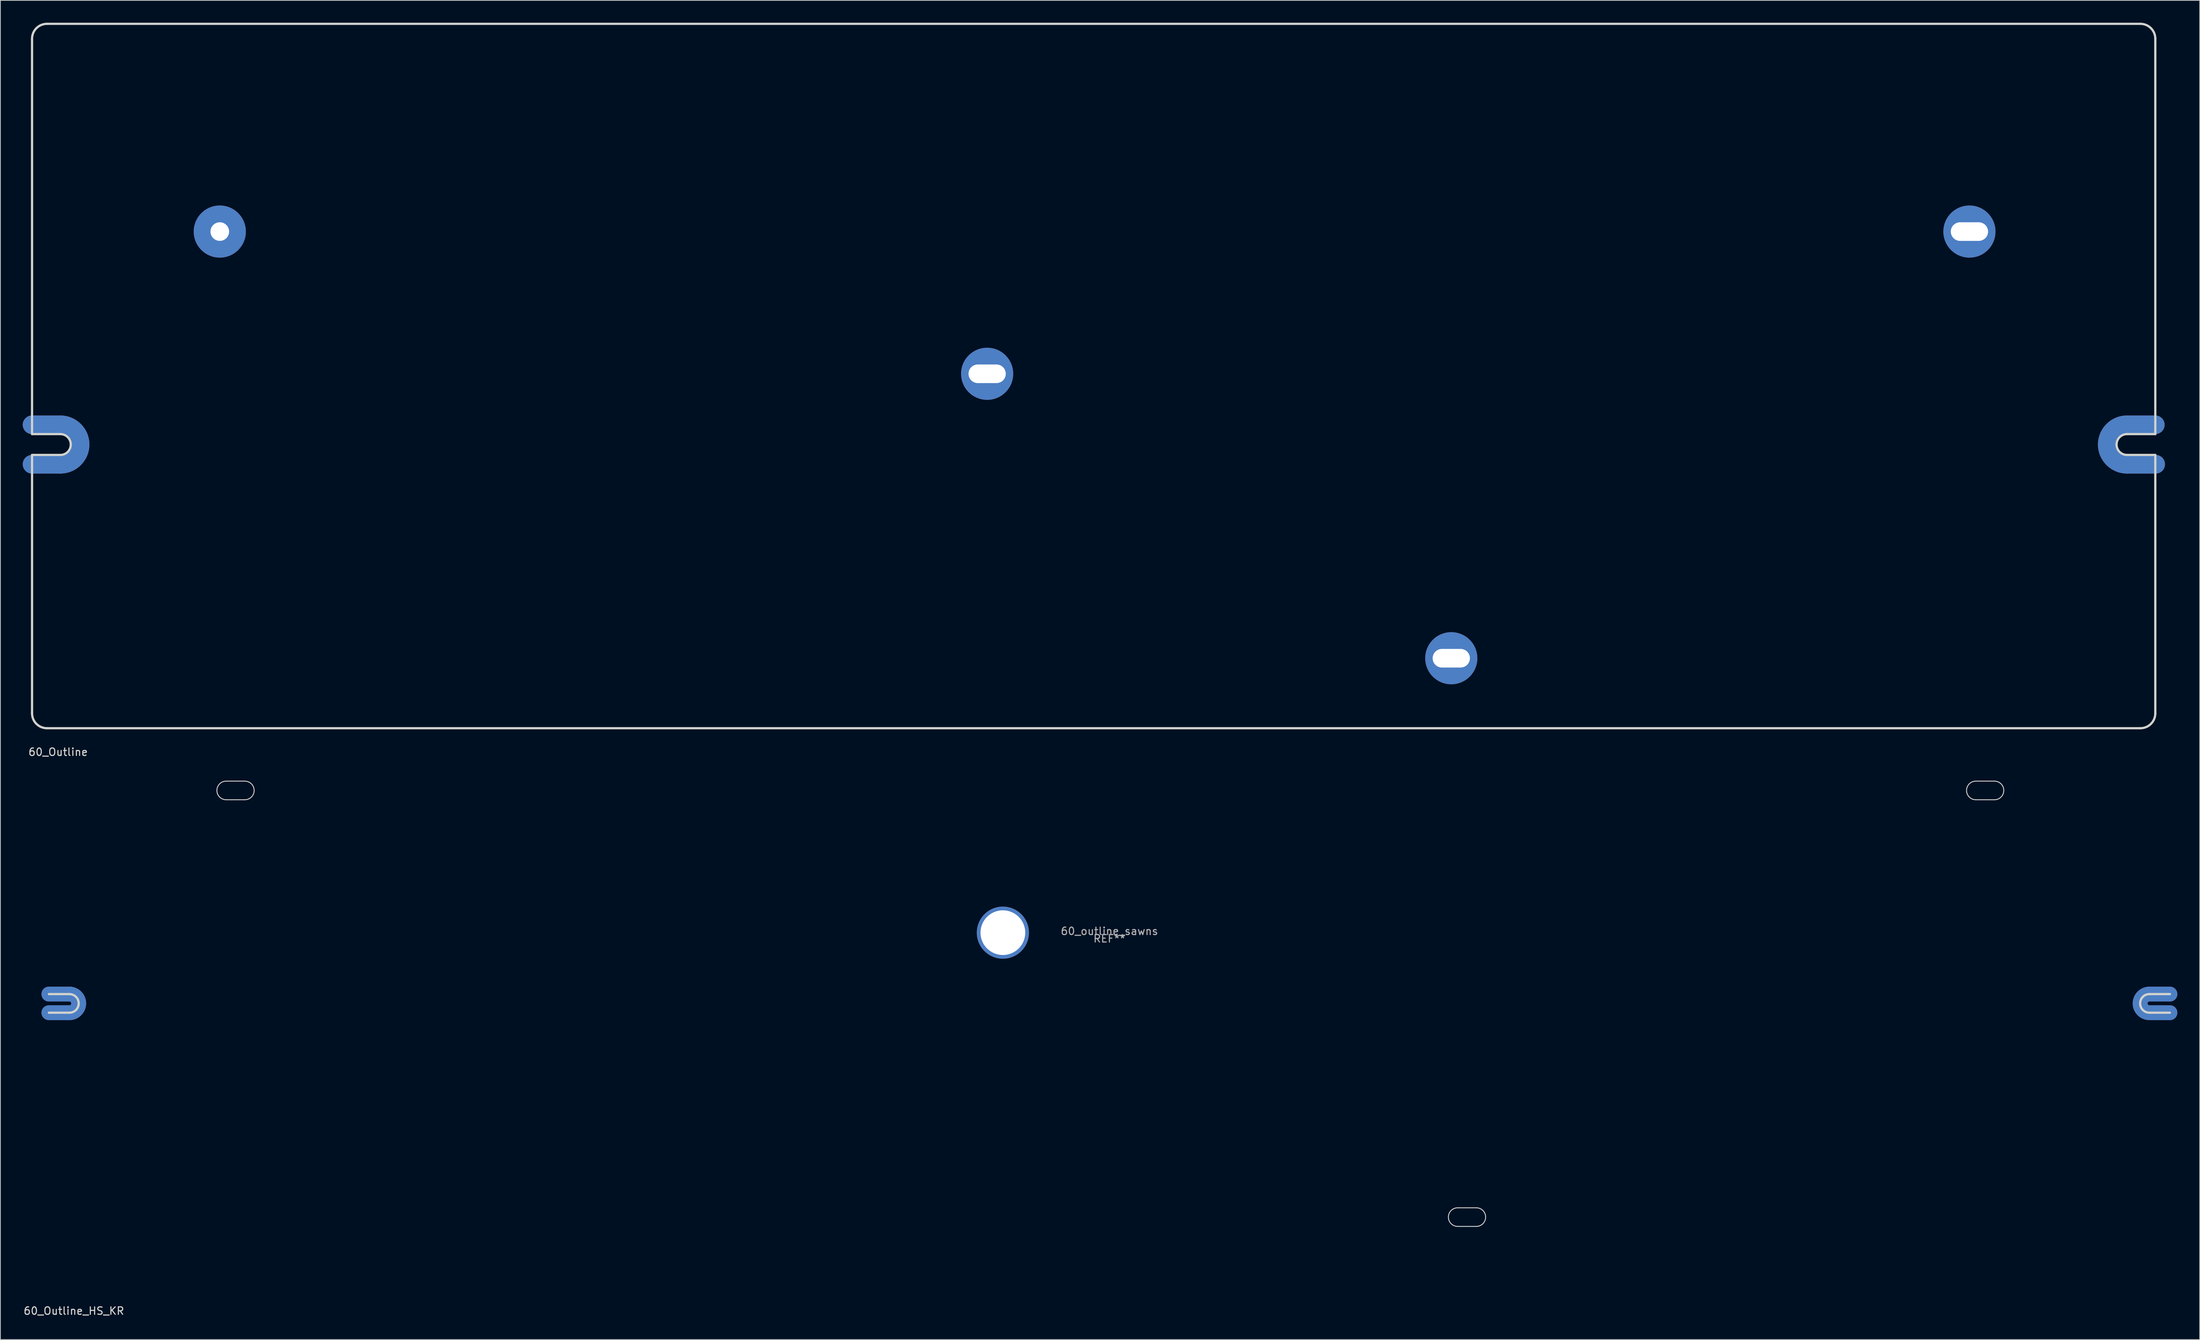
<source format=kicad_pcb>
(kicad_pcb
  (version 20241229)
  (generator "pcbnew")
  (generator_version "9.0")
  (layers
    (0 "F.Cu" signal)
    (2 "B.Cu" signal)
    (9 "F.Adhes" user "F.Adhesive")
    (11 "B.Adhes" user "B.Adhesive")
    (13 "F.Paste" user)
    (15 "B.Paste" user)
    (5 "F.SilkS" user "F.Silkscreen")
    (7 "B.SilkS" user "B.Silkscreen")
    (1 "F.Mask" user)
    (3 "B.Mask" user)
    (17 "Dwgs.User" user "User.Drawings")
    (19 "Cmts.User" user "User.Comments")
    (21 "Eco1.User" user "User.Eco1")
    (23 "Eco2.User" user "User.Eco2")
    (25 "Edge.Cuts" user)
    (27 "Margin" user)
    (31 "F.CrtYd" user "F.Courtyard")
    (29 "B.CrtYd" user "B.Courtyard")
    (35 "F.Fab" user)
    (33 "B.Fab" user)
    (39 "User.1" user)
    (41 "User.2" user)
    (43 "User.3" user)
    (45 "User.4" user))
  (footprint "60_Outline"
    (layer "F.Cu")
    (at 143.751 47.45)
    (property "Reference" "60_Outline" (at -139 50.5 0) (layer "Edge.Cuts") (effects (font (size 1 1) (thickness 0.15))))
    (attr through_hole)
    (fp_line (start -142.5 6.549) (end -138.7 6.549) (stroke (width 2.502) (type solid)) (layer "F.Cu"))
    (fp_line (start -142.5 11.851) (end -138.7 11.851) (stroke (width 2.502) (type solid)) (layer "F.Cu"))
    (fp_line (start 138.7 6.549) (end 142.5 6.549) (stroke (width 2.502) (type solid)) (layer "F.Cu"))
    (fp_line (start 138.7 11.851) (end 142.55 11.851) (stroke (width 2.502) (type solid)) (layer "F.Cu"))
    (fp_arc (start -138.7 6.54905) (mid -136.825495 7.325495) (end -136.04905 9.2) (stroke (width 2.5019) (type solid)) (layer "F.Cu"))
    (fp_arc (start -136.04905 9.2) (mid -136.825495 11.074505) (end -138.7 11.85095) (stroke (width 2.5019) (type solid)) (layer "F.Cu"))
    (fp_arc (start 136.04905 9.2) (mid 136.825495 7.325495) (end 138.7 6.54905) (stroke (width 2.5019) (type solid)) (layer "F.Cu"))
    (fp_arc (start 138.7 11.85095) (mid 136.825495 11.074505) (end 136.04905 9.2) (stroke (width 2.5019) (type solid)) (layer "F.Cu"))
    (fp_line (start -142.5 6.549) (end -138.7 6.549) (stroke (width 2.502) (type solid)) (layer "F.Mask"))
    (fp_line (start -142.5 11.851) (end -138.7 11.851) (stroke (width 2.502) (type solid)) (layer "F.Mask"))
    (fp_line (start 138.7 6.549) (end 142.5 6.549) (stroke (width 2.502) (type solid)) (layer "F.Mask"))
    (fp_line (start 138.7 11.851) (end 142.55 11.851) (stroke (width 2.502) (type solid)) (layer "F.Mask"))
    (fp_arc (start -138.7 6.54905) (mid -136.825495 7.325495) (end -136.04905 9.2) (stroke (width 2.5019) (type solid)) (layer "F.Mask"))
    (fp_arc (start -136.04905 9.2) (mid -136.825495 11.074505) (end -138.7 11.85095) (stroke (width 2.5019) (type solid)) (layer "F.Mask"))
    (fp_arc (start 136.04905 9.2) (mid 136.825495 7.325495) (end 138.7 6.54905) (stroke (width 2.5019) (type solid)) (layer "F.Mask"))
    (fp_arc (start 138.7 11.85095) (mid 136.825495 11.074505) (end 136.04905 9.2) (stroke (width 2.5019) (type solid)) (layer "F.Mask"))
    (fp_line (start -142.5 6.549) (end -138.7 6.549) (stroke (width 2.502) (type solid)) (layer "B.Cu"))
    (fp_line (start -142.5 11.851) (end -138.7 11.851) (stroke (width 2.502) (type solid)) (layer "B.Cu"))
    (fp_line (start 138.7 6.549) (end 142.5 6.549) (stroke (width 2.502) (type solid)) (layer "B.Cu"))
    (fp_line (start 138.7 11.851) (end 142.55 11.851) (stroke (width 2.502) (type solid)) (layer "B.Cu"))
    (fp_arc (start -138.7 6.54905) (mid -136.825495 7.325495) (end -136.04905 9.2) (stroke (width 2.5019) (type solid)) (layer "B.Cu"))
    (fp_arc (start -136.04905 9.2) (mid -136.825495 11.074505) (end -138.7 11.85095) (stroke (width 2.5019) (type solid)) (layer "B.Cu"))
    (fp_arc (start 136.04905 9.2) (mid 136.825495 7.325495) (end 138.7 6.54905) (stroke (width 2.5019) (type solid)) (layer "B.Cu"))
    (fp_arc (start 138.7 11.85095) (mid 136.825495 11.074505) (end 136.04905 9.2) (stroke (width 2.5019) (type solid)) (layer "B.Cu"))
    (fp_line (start -142.5 6.549) (end -138.7 6.549) (stroke (width 2.502) (type solid)) (layer "B.Mask"))
    (fp_line (start -142.5 11.851) (end -138.7 11.851) (stroke (width 2.502) (type solid)) (layer "B.Mask"))
    (fp_line (start 138.7 6.549) (end 142.5 6.549) (stroke (width 2.502) (type solid)) (layer "B.Mask"))
    (fp_line (start 138.7 11.851) (end 142.55 11.851) (stroke (width 2.502) (type solid)) (layer "B.Mask"))
    (fp_arc (start -138.7 6.54905) (mid -136.825495 7.325495) (end -136.04905 9.2) (stroke (width 2.5019) (type solid)) (layer "B.Mask"))
    (fp_arc (start -136.04905 9.2) (mid -136.825495 11.074505) (end -138.7 11.85095) (stroke (width 2.5019) (type solid)) (layer "B.Mask"))
    (fp_arc (start 136.04905 9.2) (mid 136.825495 7.325495) (end 138.7 6.54905) (stroke (width 2.5019) (type solid)) (layer "B.Mask"))
    (fp_arc (start 138.7 11.85095) (mid 136.825495 11.074505) (end 136.04905 9.2) (stroke (width 2.5019) (type solid)) (layer "B.Mask"))
    (fp_line (start -142.5 7.8) (end -142.5 -45.3) (stroke (width 0.3) (type solid)) (layer "Edge.Cuts"))
    (fp_line (start -142.5 10.6) (end -138.7 10.6) (stroke (width 0.3) (type solid)) (layer "Edge.Cuts"))
    (fp_line (start -142.5 45.3) (end -142.5 10.6) (stroke (width 0.3) (type solid)) (layer "Edge.Cuts"))
    (fp_line (start -140.5 47.3) (end 140.5 47.3) (stroke (width 0.3) (type solid)) (layer "Edge.Cuts"))
    (fp_line (start -138.7 7.8) (end -142.5 7.8) (stroke (width 0.3) (type solid)) (layer "Edge.Cuts"))
    (fp_line (start 138.7 7.8) (end 142.5 7.8) (stroke (width 0.3) (type solid)) (layer "Edge.Cuts"))
    (fp_line (start 138.7 10.6) (end 142.5 10.6) (stroke (width 0.3) (type solid)) (layer "Edge.Cuts"))
    (fp_line (start 140.5 -47.3) (end -140.5 -47.3) (stroke (width 0.3) (type solid)) (layer "Edge.Cuts"))
    (fp_line (start 142.5 7.8) (end 142.5 -45.3) (stroke (width 0.3) (type solid)) (layer "Edge.Cuts"))
    (fp_line (start 142.5 10.6) (end 142.5 45.3) (stroke (width 0.3) (type solid)) (layer "Edge.Cuts"))
    (fp_arc (start -142.5 -45.3) (mid -141.914214 -46.714214) (end -140.5 -47.3) (stroke (width 0.3) (type solid)) (layer "Edge.Cuts"))
    (fp_arc (start -140.5 47.3) (mid -141.914214 46.714214) (end -142.5 45.3) (stroke (width 0.3) (type solid)) (layer "Edge.Cuts"))
    (fp_arc (start -138.7 7.8) (mid -137.710051 8.210051) (end -137.3 9.2) (stroke (width 0.3) (type solid)) (layer "Edge.Cuts"))
    (fp_arc (start -137.3 9.2) (mid -137.710051 10.189949) (end -138.7 10.6) (stroke (width 0.3) (type solid)) (layer "Edge.Cuts"))
    (fp_arc (start 137.3 9.2) (mid 137.710051 8.210051) (end 138.7 7.8) (stroke (width 0.3) (type solid)) (layer "Edge.Cuts"))
    (fp_arc (start 138.7 10.6) (mid 137.710051 10.189949) (end 137.3 9.2) (stroke (width 0.3) (type solid)) (layer "Edge.Cuts"))
    (fp_arc (start 140.5 -47.3) (mid 141.914214 -46.714214) (end 142.5 -45.3) (stroke (width 0.3) (type solid)) (layer "Edge.Cuts"))
    (fp_arc (start 142.5 45.3) (mid 141.914214 46.714214) (end 140.5 47.3) (stroke (width 0.3) (type solid)) (layer "Edge.Cuts"))
    (pad "1" thru_hole circle (at -117.3 -19.4) (size 7.001 7.001) (drill 2.499) (layers "*.Cu" "*.Mask"))
    (pad "1" thru_hole circle (at -14.3 -0.3) (size 7 7) (drill oval 5.001 2.499) (layers "*.Cu" "*.Mask"))
    (pad "1" thru_hole circle (at 48 37.9) (size 7 7) (drill oval 5.001 2.499) (layers "*.Cu" "*.Mask"))
    (pad "1" thru_hole circle (at 117.55 -19.4) (size 7 7) (drill oval 5.001 2.499) (layers "*.Cu" "*.Mask")))
  (footprint "60_Outline_HS_KR"
    (layer "F.Cu")
    (at 145.863 122.508)
    (property "Reference" "60_Outline_HS_KR" (at -139 50.5 0) (layer "Edge.Cuts") (effects (font (size 1 1) (thickness 0.15))))
    (attr through_hole)
    (fp_line (start -142.35 10.45) (end -139.6 10.45) (stroke (width 2) (type solid)) (layer "F.Cu"))
    (fp_line (start -139.6 7.95) (end -142.35 7.95) (stroke (width 2) (type solid)) (layer "F.Cu"))
    (fp_line (start 139.6 10.45) (end 142.35 10.45) (stroke (width 2) (type solid)) (layer "F.Cu"))
    (fp_line (start 142.35 7.95) (end 139.6 7.95) (stroke (width 2) (type solid)) (layer "F.Cu"))
    (fp_arc (start -139.6 7.95) (mid -138.35 9.2) (end -139.6 10.45) (stroke (width 2) (type solid)) (layer "F.Cu"))
    (fp_arc (start 139.6 10.45) (mid 138.35 9.2) (end 139.6 7.95) (stroke (width 2) (type solid)) (layer "F.Cu"))
    (fp_line (start -142.35 10.45) (end -139.6 10.45) (stroke (width 2) (type solid)) (layer "F.Mask"))
    (fp_line (start -139.6 7.95) (end -142.35 7.95) (stroke (width 2) (type solid)) (layer "F.Mask"))
    (fp_line (start 139.6 10.45) (end 142.35 10.45) (stroke (width 2) (type solid)) (layer "F.Mask"))
    (fp_line (start 142.35 7.95) (end 139.6 7.95) (stroke (width 2) (type solid)) (layer "F.Mask"))
    (fp_arc (start -139.6 7.95) (mid -138.35 9.2) (end -139.6 10.45) (stroke (width 2) (type solid)) (layer "F.Mask"))
    (fp_arc (start 139.6 10.45) (mid 138.35 9.2) (end 139.6 7.95) (stroke (width 2) (type solid)) (layer "F.Mask"))
    (fp_line (start -142.35 10.45) (end -139.6 10.45) (stroke (width 2) (type solid)) (layer "B.Cu"))
    (fp_line (start -139.6 7.95) (end -142.35 7.95) (stroke (width 2) (type solid)) (layer "B.Cu"))
    (fp_line (start 139.6 10.45) (end 142.35 10.45) (stroke (width 2) (type solid)) (layer "B.Cu"))
    (fp_line (start 142.35 7.95) (end 139.6 7.95) (stroke (width 2) (type solid)) (layer "B.Cu"))
    (fp_arc (start -139.6 7.95) (mid -138.35 9.2) (end -139.6 10.45) (stroke (width 2) (type solid)) (layer "B.Cu"))
    (fp_arc (start 139.6 10.45) (mid 138.35 9.2) (end 139.6 7.95) (stroke (width 2) (type solid)) (layer "B.Cu"))
    (fp_line (start -142.35 10.45) (end -139.6 10.45) (stroke (width 2) (type solid)) (layer "B.Mask"))
    (fp_line (start -139.6 7.95) (end -142.35 7.95) (stroke (width 2) (type solid)) (layer "B.Mask"))
    (fp_line (start 139.6 10.45) (end 142.35 10.45) (stroke (width 2) (type solid)) (layer "B.Mask"))
    (fp_line (start 142.35 7.95) (end 139.6 7.95) (stroke (width 2) (type solid)) (layer "B.Mask"))
    (fp_arc (start -139.6 7.95) (mid -138.35 9.2) (end -139.6 10.45) (stroke (width 2) (type solid)) (layer "B.Mask"))
    (fp_arc (start 139.6 10.45) (mid 138.35 9.2) (end 139.6 7.95) (stroke (width 2) (type solid)) (layer "B.Mask"))
    (fp_line (start -142.35 10.45) (end -139.6 10.45) (stroke (width 0.3) (type solid)) (layer "Edge.Cuts"))
    (fp_line (start -139.6 7.95) (end -142.35 7.95) (stroke (width 0.3) (type solid)) (layer "Edge.Cuts"))
    (fp_line (start -118.55 -18.15) (end -116.05 -18.15) (stroke (width 0.12) (type solid)) (layer "Edge.Cuts"))
    (fp_line (start -116.05 -20.65) (end -118.55 -20.65) (stroke (width 0.12) (type solid)) (layer "Edge.Cuts"))
    (fp_line (start 46.75 39.15) (end 49.25 39.15) (stroke (width 0.12) (type solid)) (layer "Edge.Cuts"))
    (fp_line (start 49.25 36.65) (end 46.75 36.65) (stroke (width 0.12) (type solid)) (layer "Edge.Cuts"))
    (fp_line (start 116.3 -18.15) (end 118.8 -18.15) (stroke (width 0.12) (type solid)) (layer "Edge.Cuts"))
    (fp_line (start 118.8 -20.65) (end 116.3 -20.65) (stroke (width 0.12) (type solid)) (layer "Edge.Cuts"))
    (fp_line (start 139.6 10.45) (end 142.35 10.45) (stroke (width 0.3) (type solid)) (layer "Edge.Cuts"))
    (fp_line (start 142.35 7.95) (end 139.6 7.95) (stroke (width 0.3) (type solid)) (layer "Edge.Cuts"))
    (fp_arc (start -139.6 7.95) (mid -138.35 9.2) (end -139.6 10.45) (stroke (width 0.3) (type solid)) (layer "Edge.Cuts"))
    (fp_arc (start -118.55 -18.15) (mid -119.8 -19.4) (end -118.55 -20.65) (stroke (width 0.12) (type solid)) (layer "Edge.Cuts"))
    (fp_arc (start -116.05 -20.65) (mid -114.8 -19.4) (end -116.05 -18.15) (stroke (width 0.12) (type solid)) (layer "Edge.Cuts"))
    (fp_arc (start 46.75 39.15) (mid 45.5 37.9) (end 46.75 36.65) (stroke (width 0.12) (type solid)) (layer "Edge.Cuts"))
    (fp_arc (start 49.25 36.65) (mid 50.5 37.9) (end 49.25 39.15) (stroke (width 0.12) (type solid)) (layer "Edge.Cuts"))
    (fp_arc (start 116.3 -18.15) (mid 115.05 -19.4) (end 116.3 -20.65) (stroke (width 0.12) (type solid)) (layer "Edge.Cuts"))
    (fp_arc (start 118.8 -20.65) (mid 120.05 -19.4) (end 118.8 -18.15) (stroke (width 0.12) (type solid)) (layer "Edge.Cuts"))
    (fp_arc (start 139.6 10.45) (mid 138.35 9.2) (end 139.6 7.95) (stroke (width 0.3) (type solid)) (layer "Edge.Cuts"))
    (fp_text user "60_outline_sawns" (at 0 -0.5 0) (layer "F.Fab") (effects (font (size 1 1) (thickness 0.15))))
    (fp_text user "REF**" (at 0 0.5 0) (layer "F.Fab") (effects (font (size 1 1) (thickness 0.15))))
    (pad "1" thru_hole circle (at -14.3 -0.3) (size 7 7) (drill 6) (layers "*.Cu" "*.Mask")))
  (gr_rect
    (start -3 -3)
    (end 292.213 176.857)
    (stroke (width 0.1) (type default))
    (fill no)
    (layer "Edge.Cuts")))
</source>
